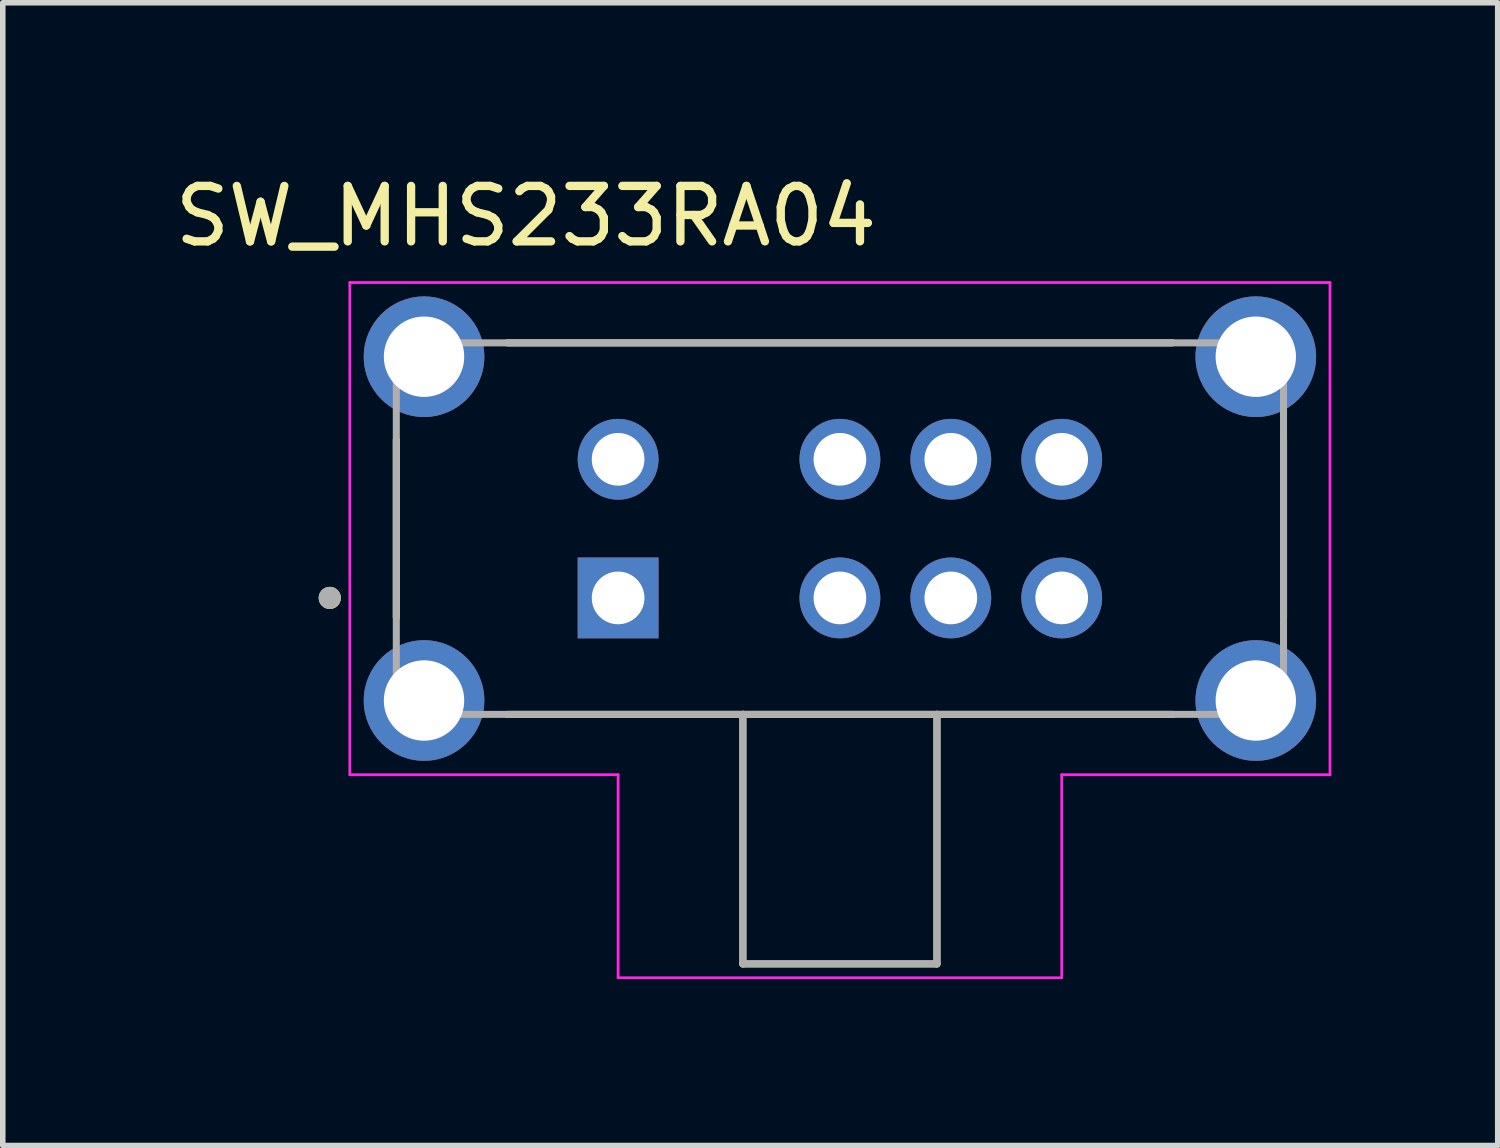
<source format=kicad_pcb>
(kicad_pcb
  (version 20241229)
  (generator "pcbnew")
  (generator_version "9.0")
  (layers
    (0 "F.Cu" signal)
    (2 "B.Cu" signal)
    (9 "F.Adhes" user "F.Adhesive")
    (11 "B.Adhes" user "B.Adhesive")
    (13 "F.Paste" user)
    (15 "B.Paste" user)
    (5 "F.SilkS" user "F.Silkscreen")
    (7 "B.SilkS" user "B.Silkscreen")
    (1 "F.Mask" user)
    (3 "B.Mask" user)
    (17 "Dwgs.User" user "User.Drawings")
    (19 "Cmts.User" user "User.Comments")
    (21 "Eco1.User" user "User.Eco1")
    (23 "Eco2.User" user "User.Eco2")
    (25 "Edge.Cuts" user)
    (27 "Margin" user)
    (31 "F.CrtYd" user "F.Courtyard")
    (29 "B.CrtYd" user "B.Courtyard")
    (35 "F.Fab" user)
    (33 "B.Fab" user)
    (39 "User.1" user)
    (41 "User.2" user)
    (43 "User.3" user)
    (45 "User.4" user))
  (footprint "SW_MHS233RA04"
    (layer "F.Cu")
    (at 12.097 6.483)
    (property "Reference" "SW_MHS233RA04" (at -5.662 -5.635 0) (layer "F.SilkS") (effects (font (size 1 1) (thickness 0.15))))
    (attr through_hole)
    (fp_line (start -8 1.6) (end -8 -1.6) (stroke (width 0.127) (type solid)) (layer "F.SilkS"))
    (fp_line (start -6 -3.35) (end 6 -3.35) (stroke (width 0.127) (type solid)) (layer "F.SilkS"))
    (fp_line (start -1.75 3.35) (end -6 3.35) (stroke (width 0.127) (type solid)) (layer "F.SilkS"))
    (fp_line (start -1.75 3.35) (end -1.75 7.85) (stroke (width 0.127) (type solid)) (layer "F.SilkS"))
    (fp_line (start -1.75 7.85) (end 1.75 7.85) (stroke (width 0.127) (type solid)) (layer "F.SilkS"))
    (fp_line (start 1.75 3.35) (end -1.75 3.35) (stroke (width 0.127) (type solid)) (layer "F.SilkS"))
    (fp_line (start 1.75 7.85) (end 1.75 3.35) (stroke (width 0.127) (type solid)) (layer "F.SilkS"))
    (fp_line (start 6 3.35) (end 1.75 3.35) (stroke (width 0.127) (type solid)) (layer "F.SilkS"))
    (fp_line (start 8 -1.6) (end 8 1.6) (stroke (width 0.127) (type solid)) (layer "F.SilkS"))
    (fp_circle (center -9.2 1.25) (end -9.1 1.25) (stroke (width 0.2) (type solid)) (fill no) (layer "F.SilkS"))
    (fp_line (start -8.838 -4.438) (end 8.838 -4.438) (stroke (width 0.05) (type solid)) (layer "F.CrtYd"))
    (fp_line (start -8.838 4.438) (end -8.838 -4.438) (stroke (width 0.05) (type solid)) (layer "F.CrtYd"))
    (fp_line (start -4 4.438) (end -8.838 4.438) (stroke (width 0.05) (type solid)) (layer "F.CrtYd"))
    (fp_line (start -4 8.1) (end -4 4.438) (stroke (width 0.05) (type solid)) (layer "F.CrtYd"))
    (fp_line (start 4 4.438) (end 4 8.1) (stroke (width 0.05) (type solid)) (layer "F.CrtYd"))
    (fp_line (start 4 8.1) (end -4 8.1) (stroke (width 0.05) (type solid)) (layer "F.CrtYd"))
    (fp_line (start 8.838 -4.438) (end 8.838 4.438) (stroke (width 0.05) (type solid)) (layer "F.CrtYd"))
    (fp_line (start 8.838 4.438) (end 4 4.438) (stroke (width 0.05) (type solid)) (layer "F.CrtYd"))
    (fp_line (start -8 -3.35) (end 8 -3.35) (stroke (width 0.127) (type solid)) (layer "F.Fab"))
    (fp_line (start -8 3.35) (end -8 -3.35) (stroke (width 0.127) (type solid)) (layer "F.Fab"))
    (fp_line (start -1.75 3.35) (end -8 3.35) (stroke (width 0.127) (type solid)) (layer "F.Fab"))
    (fp_line (start -1.75 3.35) (end -1.75 7.85) (stroke (width 0.127) (type solid)) (layer "F.Fab"))
    (fp_line (start -1.75 7.85) (end 1.75 7.85) (stroke (width 0.127) (type solid)) (layer "F.Fab"))
    (fp_line (start 1.75 3.35) (end -1.75 3.35) (stroke (width 0.127) (type solid)) (layer "F.Fab"))
    (fp_line (start 1.75 7.85) (end 1.75 3.35) (stroke (width 0.127) (type solid)) (layer "F.Fab"))
    (fp_line (start 8 -3.35) (end 8 3.35) (stroke (width 0.127) (type solid)) (layer "F.Fab"))
    (fp_line (start 8 3.35) (end 1.75 3.35) (stroke (width 0.127) (type solid)) (layer "F.Fab"))
    (fp_circle (center -9.2 1.25) (end -9.1 1.25) (stroke (width 0.2) (type solid)) (fill no) (layer "F.Fab"))
    (pad "1" thru_hole rect (at -4 1.25) (size 1.458 1.458) (drill 0.95) (layers "*.Cu" "*.Mask"))
    (pad "2" thru_hole circle (at 0 1.25) (size 1.458 1.458) (drill 0.95) (layers "*.Cu" "*.Mask"))
    (pad "3" thru_hole circle (at 2 1.25) (size 1.458 1.458) (drill 0.95) (layers "*.Cu" "*.Mask"))
    (pad "4" thru_hole circle (at 4 1.25) (size 1.458 1.458) (drill 0.95) (layers "*.Cu" "*.Mask"))
    (pad "5" thru_hole circle (at -4 -1.25) (size 1.458 1.458) (drill 0.95) (layers "*.Cu" "*.Mask"))
    (pad "6" thru_hole circle (at 0 -1.25) (size 1.458 1.458) (drill 0.95) (layers "*.Cu" "*.Mask"))
    (pad "7" thru_hole circle (at 2 -1.25) (size 1.458 1.458) (drill 0.95) (layers "*.Cu" "*.Mask"))
    (pad "8" thru_hole circle (at 4 -1.25) (size 1.458 1.458) (drill 0.95) (layers "*.Cu" "*.Mask"))
    (pad "S1" thru_hole circle (at -7.5 -3.1) (size 2.175 2.175) (drill 1.45) (layers "*.Cu" "*.Mask"))
    (pad "S2" thru_hole circle (at -7.5 3.1) (size 2.175 2.175) (drill 1.45) (layers "*.Cu" "*.Mask"))
    (pad "S3" thru_hole circle (at 7.5 3.1) (size 2.175 2.175) (drill 1.45) (layers "*.Cu" "*.Mask"))
    (pad "S4" thru_hole circle (at 7.5 -3.1) (size 2.175 2.175) (drill 1.45) (layers "*.Cu" "*.Mask")))
  (gr_rect
    (start -3 -3)
    (end 23.96 17.608)
    (stroke (width 0.1) (type default))
    (fill no)
    (layer "Edge.Cuts")))
</source>
